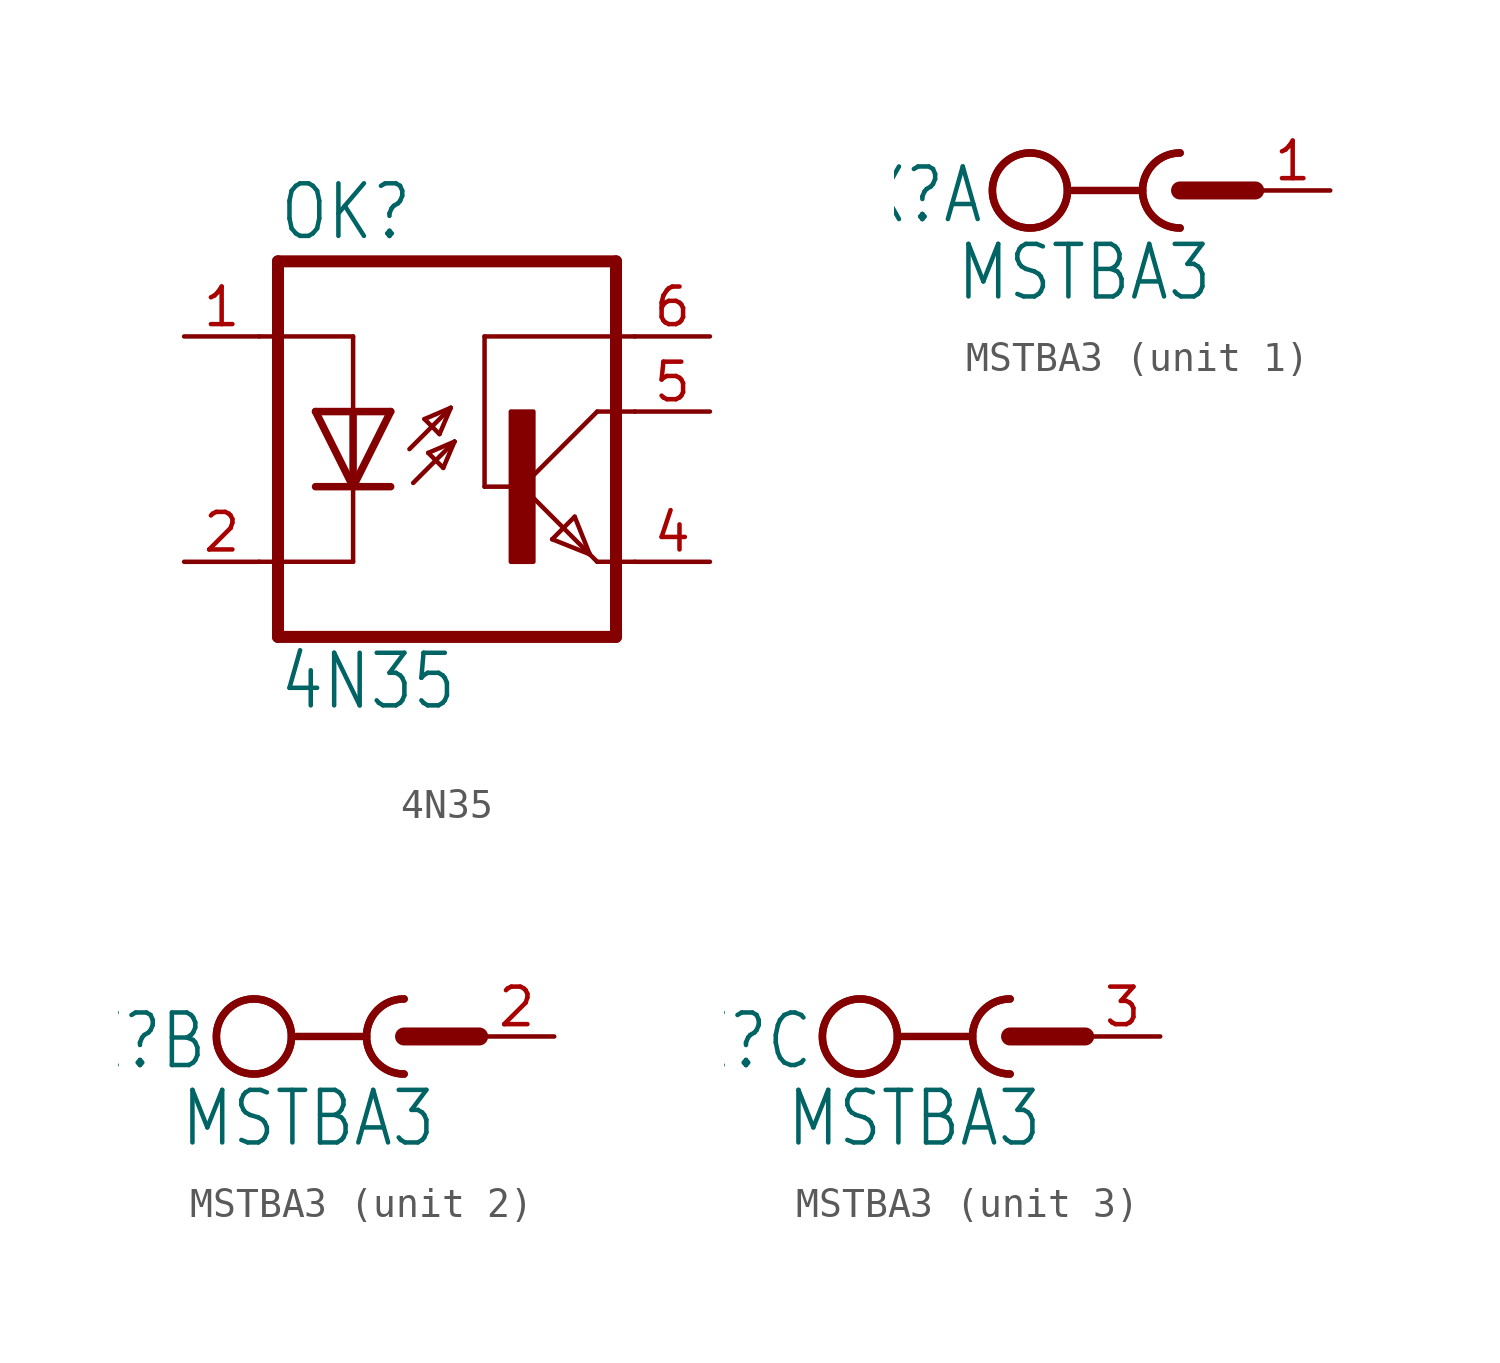
<source format=kicad_sym>
(kicad_symbol_lib
  (version 20220331)
  (generator kicad_symbol_editor)
  (symbol "4N35"
    (property "Reference" "OK"
      (at -6.985 5.715 0)
      (effects (font (size 1.778 1.511)) (justify left bottom)))
    (property "Value" "4N35"
      (at -6.985 -10.16 0)
      (effects (font (size 1.778 1.511)) (justify left bottom)))
    (property "ki_locked" ""
      (at 0 0 0)
      (effects (font (size 1.27 1.27))))
    (symbol "4N35_1_0"
      (polyline (pts (xy -7.62 2.54) (xy -4.445 2.54)) (stroke (width 0.152) (type solid)) (fill (type none)))
      (polyline (pts (xy -6.985 -7.62) (xy 4.445 -7.62)) (stroke (width 0.406) (type solid)) (fill (type none)))
      (polyline (pts (xy -6.985 5.08) (xy -6.985 -7.62)) (stroke (width 0.406) (type solid)) (fill (type none)))
      (polyline (pts (xy -6.985 5.08) (xy 4.445 5.08)) (stroke (width 0.406) (type solid)) (fill (type none)))
      (polyline (pts (xy -4.445 -5.08) (xy -7.62 -5.08)) (stroke (width 0.152) (type solid)) (fill (type none)))
      (polyline (pts (xy -4.445 -2.54) (xy -5.715 -2.54)) (stroke (width 0.254) (type solid)) (fill (type none)))
      (polyline (pts (xy -4.445 -2.54) (xy -5.715 0)) (stroke (width 0.254) (type solid)) (fill (type none)))
      (polyline (pts (xy -4.445 -2.54) (xy -4.445 -5.08)) (stroke (width 0.152) (type solid)) (fill (type none)))
      (polyline (pts (xy -4.445 0) (xy -5.715 0)) (stroke (width 0.254) (type solid)) (fill (type none)))
      (polyline (pts (xy -4.445 0) (xy -4.445 -2.54)) (stroke (width 0.254) (type solid)) (fill (type none)))
      (polyline (pts (xy -4.445 2.54) (xy -4.445 0)) (stroke (width 0.152) (type solid)) (fill (type none)))
      (polyline (pts (xy -3.175 -2.54) (xy -4.445 -2.54)) (stroke (width 0.254) (type solid)) (fill (type none)))
      (polyline (pts (xy -3.175 0) (xy -4.445 -2.54)) (stroke (width 0.254) (type solid)) (fill (type none)))
      (polyline (pts (xy -3.175 0) (xy -4.445 0)) (stroke (width 0.254) (type solid)) (fill (type none)))
      (polyline (pts (xy -2.54 -1.27) (xy -1.143 0.127)) (stroke (width 0.152) (type solid)) (fill (type none)))
      (polyline (pts (xy -2.413 -2.413) (xy -1.016 -1.016)) (stroke (width 0.152) (type solid)) (fill (type none)))
      (polyline (pts (xy -2.032 -0.254) (xy -1.524 -0.762)) (stroke (width 0.152) (type solid)) (fill (type none)))
      (polyline (pts (xy -1.905 -1.397) (xy -1.397 -1.905)) (stroke (width 0.152) (type solid)) (fill (type none)))
      (polyline (pts (xy -1.524 -0.762) (xy -1.143 0.127)) (stroke (width 0.152) (type solid)) (fill (type none)))
      (polyline (pts (xy -1.397 -1.905) (xy -1.016 -1.016)) (stroke (width 0.152) (type solid)) (fill (type none)))
      (polyline (pts (xy -1.143 0.127) (xy -2.032 -0.254)) (stroke (width 0.152) (type solid)) (fill (type none)))
      (polyline (pts (xy -1.016 -1.016) (xy -1.905 -1.397)) (stroke (width 0.152) (type solid)) (fill (type none)))
      (polyline (pts (xy 0 -2.54) (xy 0 2.54)) (stroke (width 0.152) (type solid)) (fill (type none)))
      (polyline (pts (xy 0 -2.54) (xy 1.016 -2.54)) (stroke (width 0.152) (type solid)) (fill (type none)))
      (polyline (pts (xy 0 2.54) (xy 5.08 2.54)) (stroke (width 0.152) (type solid)) (fill (type none)))
      (polyline (pts (xy 1.27 -2.54) (xy 3.556 -4.826)) (stroke (width 0.152) (type solid)) (fill (type none)))
      (polyline (pts (xy 2.286 -4.318) (xy 3.048 -3.556)) (stroke (width 0.152) (type solid)) (fill (type none)))
      (polyline (pts (xy 3.048 -3.556) (xy 3.556 -4.826)) (stroke (width 0.152) (type solid)) (fill (type none)))
      (polyline (pts (xy 3.556 -4.826) (xy 2.286 -4.318)) (stroke (width 0.152) (type solid)) (fill (type none)))
      (polyline (pts (xy 3.556 -4.826) (xy 3.81 -5.08)) (stroke (width 0.152) (type solid)) (fill (type none)))
      (polyline (pts (xy 3.81 -5.08) (xy 5.08 -5.08)) (stroke (width 0.152) (type solid)) (fill (type none)))
      (polyline (pts (xy 3.81 0) (xy 1.27 -2.54)) (stroke (width 0.152) (type solid)) (fill (type none)))
      (polyline (pts (xy 3.81 0) (xy 5.08 0)) (stroke (width 0.152) (type solid)) (fill (type none)))
      (polyline (pts (xy 4.445 5.08) (xy 4.445 -7.62)) (stroke (width 0.406) (type solid)) (fill (type none)))
      (rectangle (start 0.889 -5.08) (end 1.651 0) (stroke (width 0) (type default)) (fill (type outline)))
      (pin passive line (at -10.16 2.54 0) (length 2.54) (name "A" (effects (font (size 0 0)))) (number "1" (effects (font (size 1.27 1.27)))))
      (pin passive line (at -10.16 -5.08 0) (length 2.54) (name "C" (effects (font (size 0 0)))) (number "2" (effects (font (size 1.27 1.27)))))
      (pin passive line (at 7.62 -5.08 180) (length 2.54) (name "EMI" (effects (font (size 0 0)))) (number "4" (effects (font (size 1.27 1.27)))))
      (pin passive line (at 7.62 0 180) (length 2.54) (name "COL" (effects (font (size 0 0)))) (number "5" (effects (font (size 1.27 1.27)))))
      (pin passive line (at 7.62 2.54 180) (length 2.54) (name "BAS" (effects (font (size 0 0)))) (number "6" (effects (font (size 1.27 1.27)))))))
  (symbol "MSTBA3"
    (property "Reference" "X"
      (at -6.604 0.889 0)
      (effects (font (size 1.778 1.511)) (justify right top)))
    (property "Value" "MSTBA3"
      (at -7.62 -3.81 0)
      (effects (font (size 1.778 1.511)) (justify left bottom)))
    (property "ki_locked" ""
      (at 0 0 0)
      (effects (font (size 1.27 1.27))))
    (symbol "MSTBA3_1_0"
      (circle (center -5.08 0) (radius 1.27) (stroke (width 0.254) (type solid)) (fill (type none)))
      (circle (center -5.08 0) (radius 1.27) (stroke (width 0.254) (type solid)) (fill (type none)))
      (arc (start -1.27 0) (mid -0.898 -0.898) (end 0 -1.27) (stroke (width 0.254) (type solid)) (fill (type none)))
      (polyline (pts (xy -3.81 0) (xy -1.27 0)) (stroke (width 0.254) (type solid)) (fill (type none)))
      (polyline (pts (xy 0 0) (xy 2.54 0)) (stroke (width 0.61) (type solid)) (fill (type none)))
      (arc (start 0 1.27) (mid -0.898 0.898) (end -1.27 0) (stroke (width 0.254) (type solid)) (fill (type none)))
      (arc (start 0 1.27) (mid -1.27 0) (end 0 -1.27) (stroke (width 0.254) (type solid)) (fill (type none)))
      (pin passive line (at 5.08 0 180) (length 2.54) (name "1" (effects (font (size 0 0)))) (number "1" (effects (font (size 1.27 1.27))))))
    (symbol "MSTBA3_2_0"
      (circle (center -5.08 0) (radius 1.27) (stroke (width 0.254) (type solid)) (fill (type none)))
      (circle (center -5.08 0) (radius 1.27) (stroke (width 0.254) (type solid)) (fill (type none)))
      (arc (start -1.27 0) (mid -0.898 -0.898) (end 0 -1.27) (stroke (width 0.254) (type solid)) (fill (type none)))
      (polyline (pts (xy -3.81 0) (xy -1.27 0)) (stroke (width 0.254) (type solid)) (fill (type none)))
      (polyline (pts (xy 0 0) (xy 2.54 0)) (stroke (width 0.61) (type solid)) (fill (type none)))
      (arc (start 0 1.27) (mid -0.898 0.898) (end -1.27 0) (stroke (width 0.254) (type solid)) (fill (type none)))
      (arc (start 0 1.27) (mid -1.27 0) (end 0 -1.27) (stroke (width 0.254) (type solid)) (fill (type none)))
      (pin passive line (at 5.08 0 180) (length 2.54) (name "1" (effects (font (size 0 0)))) (number "2" (effects (font (size 1.27 1.27))))))
    (symbol "MSTBA3_3_0"
      (circle (center -5.08 0) (radius 1.27) (stroke (width 0.254) (type solid)) (fill (type none)))
      (circle (center -5.08 0) (radius 1.27) (stroke (width 0.254) (type solid)) (fill (type none)))
      (arc (start -1.27 0) (mid -0.898 -0.898) (end 0 -1.27) (stroke (width 0.254) (type solid)) (fill (type none)))
      (polyline (pts (xy -3.81 0) (xy -1.27 0)) (stroke (width 0.254) (type solid)) (fill (type none)))
      (polyline (pts (xy 0 0) (xy 2.54 0)) (stroke (width 0.61) (type solid)) (fill (type none)))
      (arc (start 0 1.27) (mid -0.898 0.898) (end -1.27 0) (stroke (width 0.254) (type solid)) (fill (type none)))
      (arc (start 0 1.27) (mid -1.27 0) (end 0 -1.27) (stroke (width 0.254) (type solid)) (fill (type none)))
      (pin passive line (at 5.08 0 180) (length 2.54) (name "1" (effects (font (size 0 0)))) (number "3" (effects (font (size 1.27 1.27))))))))
</source>
